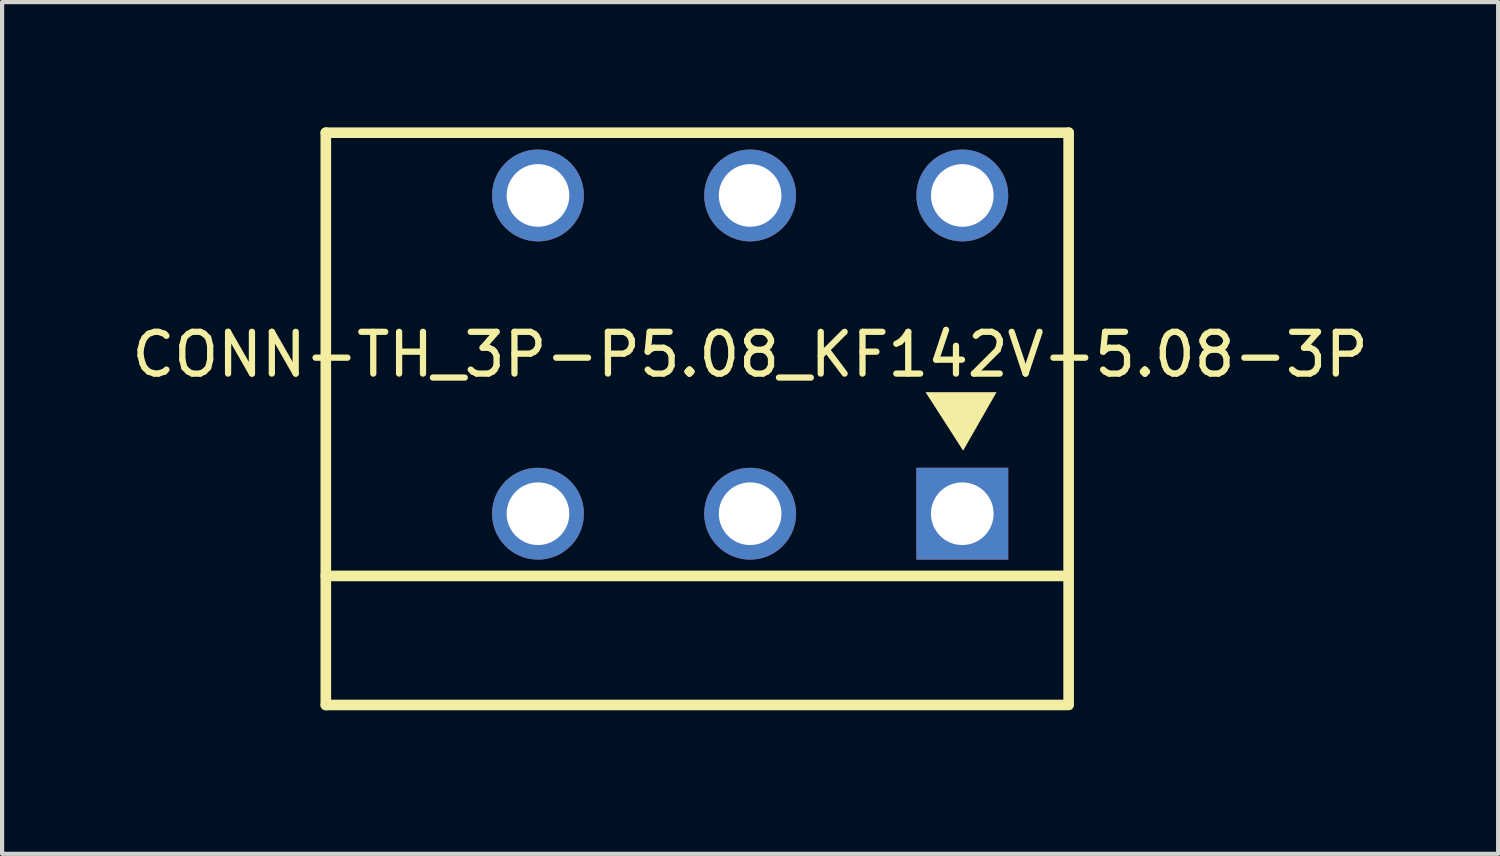
<source format=kicad_pcb>
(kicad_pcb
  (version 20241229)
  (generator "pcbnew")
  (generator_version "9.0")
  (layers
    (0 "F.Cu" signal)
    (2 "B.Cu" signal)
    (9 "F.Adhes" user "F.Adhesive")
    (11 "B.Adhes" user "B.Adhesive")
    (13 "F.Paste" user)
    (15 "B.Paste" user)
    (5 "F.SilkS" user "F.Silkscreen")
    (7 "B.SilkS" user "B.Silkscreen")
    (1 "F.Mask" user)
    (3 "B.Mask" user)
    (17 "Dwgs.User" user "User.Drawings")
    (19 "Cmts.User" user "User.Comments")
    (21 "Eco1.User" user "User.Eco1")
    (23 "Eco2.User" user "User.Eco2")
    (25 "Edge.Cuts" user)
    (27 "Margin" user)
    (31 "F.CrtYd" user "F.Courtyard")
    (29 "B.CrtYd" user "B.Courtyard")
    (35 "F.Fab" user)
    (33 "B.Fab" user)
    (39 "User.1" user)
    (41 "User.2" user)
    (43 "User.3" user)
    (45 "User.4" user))
  (footprint "CONN-TH_3P-P5.08_KF142V-5.08-3P"
    (layer "F.Cu")
    (at 14.911 5.44)
    (property "Reference" "CONN-TH_3P-P5.08_KF142V-5.08-3P" (at 0 0 0) (layer "F.SilkS") (effects (font (size 1 1) (thickness 0.15))))
    (fp_line (start -10.16 -5.313) (end 7.626 -5.313) (stroke (width 0.254) (type default)) (layer "F.SilkS"))
    (fp_line (start -10.16 8.39) (end -10.16 -5.313) (stroke (width 0.254) (type default)) (layer "F.SilkS"))
    (fp_line (start 7.62 5.3) (end -10.16 5.3) (stroke (width 0.254) (type default)) (layer "F.SilkS"))
    (fp_line (start 7.62 8.39) (end -10.16 8.39) (stroke (width 0.254) (type default)) (layer "F.SilkS"))
    (fp_line (start 7.626 -5.313) (end 7.626 8.384) (stroke (width 0.254) (type default)) (layer "F.SilkS"))
    (fp_poly (pts (xy 5.1 2.3) (xy 5.9 0.9) (xy 4.2 0.9)) (stroke (width 0) (type default)) (fill yes) (layer "F.SilkS"))
    (fp_poly (pts (xy -4.433 -3.874) (xy -4.458 -3.999) (xy -4.507 -4.116) (xy -4.578 -4.222) (xy -4.668 -4.312) (xy -4.774 -4.383) (xy -4.891 -4.432) (xy -5.016 -4.457) (xy -5.144 -4.457) (xy -5.269 -4.432) (xy -5.386 -4.383) (xy -5.492 -4.312) (xy -5.582 -4.222) (xy -5.653 -4.116) (xy -5.702 -3.999) (xy -5.727 -3.874) (xy -5.727 -3.746) (xy -5.702 -3.621) (xy -5.653 -3.504) (xy -5.582 -3.398) (xy -5.492 -3.308) (xy -5.386 -3.237) (xy -5.269 -3.188) (xy -5.144 -3.163) (xy -5.016 -3.163) (xy -4.891 -3.188) (xy -4.774 -3.237) (xy -4.668 -3.308) (xy -4.578 -3.398) (xy -4.507 -3.504) (xy -4.458 -3.621) (xy -4.433 -3.746)) (stroke (width 0.1) (type default)) (fill no) (layer "User.1"))
    (fp_poly (pts (xy -4.433 3.746) (xy -4.458 3.621) (xy -4.507 3.504) (xy -4.578 3.398) (xy -4.668 3.308) (xy -4.774 3.237) (xy -4.891 3.188) (xy -5.016 3.163) (xy -5.144 3.163) (xy -5.269 3.188) (xy -5.386 3.237) (xy -5.492 3.308) (xy -5.582 3.398) (xy -5.653 3.504) (xy -5.702 3.621) (xy -5.727 3.746) (xy -5.727 3.874) (xy -5.702 3.999) (xy -5.653 4.116) (xy -5.582 4.222) (xy -5.492 4.312) (xy -5.386 4.383) (xy -5.269 4.432) (xy -5.144 4.457) (xy -5.016 4.457) (xy -4.891 4.432) (xy -4.774 4.383) (xy -4.668 4.312) (xy -4.578 4.222) (xy -4.507 4.116) (xy -4.458 3.999) (xy -4.433 3.874)) (stroke (width 0.1) (type default)) (fill no) (layer "User.1"))
    (fp_poly (pts (xy 0.647 -3.874) (xy 0.622 -3.999) (xy 0.573 -4.116) (xy 0.502 -4.222) (xy 0.412 -4.312) (xy 0.306 -4.383) (xy 0.189 -4.432) (xy 0.064 -4.457) (xy -0.064 -4.457) (xy -0.189 -4.432) (xy -0.306 -4.383) (xy -0.412 -4.312) (xy -0.502 -4.222) (xy -0.573 -4.116) (xy -0.622 -3.999) (xy -0.647 -3.874) (xy -0.647 -3.746) (xy -0.622 -3.621) (xy -0.573 -3.504) (xy -0.502 -3.398) (xy -0.412 -3.308) (xy -0.306 -3.237) (xy -0.189 -3.188) (xy -0.064 -3.163) (xy 0.064 -3.163) (xy 0.189 -3.188) (xy 0.306 -3.237) (xy 0.412 -3.308) (xy 0.502 -3.398) (xy 0.573 -3.504) (xy 0.622 -3.621) (xy 0.647 -3.746)) (stroke (width 0.1) (type default)) (fill no) (layer "User.1"))
    (fp_poly (pts (xy 0.647 3.746) (xy 0.622 3.621) (xy 0.573 3.504) (xy 0.502 3.398) (xy 0.412 3.308) (xy 0.306 3.237) (xy 0.189 3.188) (xy 0.064 3.163) (xy -0.064 3.163) (xy -0.189 3.188) (xy -0.306 3.237) (xy -0.412 3.308) (xy -0.502 3.398) (xy -0.573 3.504) (xy -0.622 3.621) (xy -0.647 3.746) (xy -0.647 3.874) (xy -0.622 3.999) (xy -0.573 4.116) (xy -0.502 4.222) (xy -0.412 4.312) (xy -0.306 4.383) (xy -0.189 4.432) (xy -0.064 4.457) (xy 0.064 4.457) (xy 0.189 4.432) (xy 0.306 4.383) (xy 0.412 4.312) (xy 0.502 4.222) (xy 0.573 4.116) (xy 0.622 3.999) (xy 0.647 3.874)) (stroke (width 0.1) (type default)) (fill no) (layer "User.1"))
    (fp_poly (pts (xy 5.727 -3.874) (xy 5.702 -3.999) (xy 5.653 -4.116) (xy 5.582 -4.222) (xy 5.492 -4.312) (xy 5.386 -4.383) (xy 5.269 -4.432) (xy 5.144 -4.457) (xy 5.016 -4.457) (xy 4.891 -4.432) (xy 4.774 -4.383) (xy 4.668 -4.312) (xy 4.578 -4.222) (xy 4.507 -4.116) (xy 4.458 -3.999) (xy 4.433 -3.874) (xy 4.433 -3.746) (xy 4.458 -3.621) (xy 4.507 -3.504) (xy 4.578 -3.398) (xy 4.668 -3.308) (xy 4.774 -3.237) (xy 4.891 -3.188) (xy 5.016 -3.163) (xy 5.144 -3.163) (xy 5.269 -3.188) (xy 5.386 -3.237) (xy 5.492 -3.308) (xy 5.582 -3.398) (xy 5.653 -3.504) (xy 5.702 -3.621) (xy 5.727 -3.746)) (stroke (width 0.1) (type default)) (fill no) (layer "User.1"))
    (fp_poly (pts (xy 5.727 3.746) (xy 5.702 3.621) (xy 5.653 3.504) (xy 5.582 3.398) (xy 5.492 3.308) (xy 5.386 3.237) (xy 5.269 3.188) (xy 5.144 3.163) (xy 5.016 3.163) (xy 4.891 3.188) (xy 4.774 3.237) (xy 4.668 3.308) (xy 4.578 3.398) (xy 4.507 3.504) (xy 4.458 3.621) (xy 4.433 3.746) (xy 4.433 3.874) (xy 4.458 3.999) (xy 4.507 4.116) (xy 4.578 4.222) (xy 4.668 4.312) (xy 4.774 4.383) (xy 4.891 4.432) (xy 5.016 4.457) (xy 5.144 4.457) (xy 5.269 4.432) (xy 5.386 4.383) (xy 5.492 4.312) (xy 5.582 4.222) (xy 5.653 4.116) (xy 5.702 3.999) (xy 5.727 3.874)) (stroke (width 0.1) (type default)) (fill no) (layer "User.1"))
    (fp_line (start -10.16 -5.31) (end -10.16 8.39) (stroke (width 0.051) (type default)) (layer "User.2"))
    (fp_line (start -10.16 8.39) (end 7.62 8.39) (stroke (width 0.051) (type default)) (layer "User.2"))
    (fp_line (start 7.62 -5.31) (end -10.16 -5.31) (stroke (width 0.051) (type default)) (layer "User.2"))
    (fp_line (start 7.62 8.39) (end 7.62 -5.31) (stroke (width 0.051) (type default)) (layer "User.2"))
    (fp_poly (pts (xy 7.802 8.826) (xy 7.77 8.793) (xy 7.724 8.793) (xy 7.692 8.826) (xy 7.692 8.871) (xy 7.724 8.904) (xy 7.77 8.904) (xy 7.802 8.871)) (stroke (width 0.1) (type default)) (fill no) (layer "User.3"))
    (pad "1" thru_hole circle (at 5.08 -3.81 180) (size 2.2 2.2) (drill 1.5) (layers "*.Cu" "*.Mask"))
    (pad "1" thru_hole rect (at 5.08 3.81 180) (size 2.2 2.2) (drill 1.5) (layers "*.Cu" "*.Mask"))
    (pad "2" thru_hole circle (at 0 -3.81 180) (size 2.2 2.2) (drill 1.5) (layers "*.Cu" "*.Mask"))
    (pad "2" thru_hole circle (at 0 3.81 180) (size 2.2 2.2) (drill 1.5) (layers "*.Cu" "*.Mask"))
    (pad "3" thru_hole circle (at -5.08 -3.81 180) (size 2.2 2.2) (drill 1.5) (layers "*.Cu" "*.Mask"))
    (pad "3" thru_hole circle (at -5.08 3.81 180) (size 2.2 2.2) (drill 1.5) (layers "*.Cu" "*.Mask")))
  (gr_rect
    (start -3 -3)
    (end 32.821 17.394)
    (stroke (width 0.1) (type default))
    (fill no)
    (layer "Edge.Cuts")))
</source>
